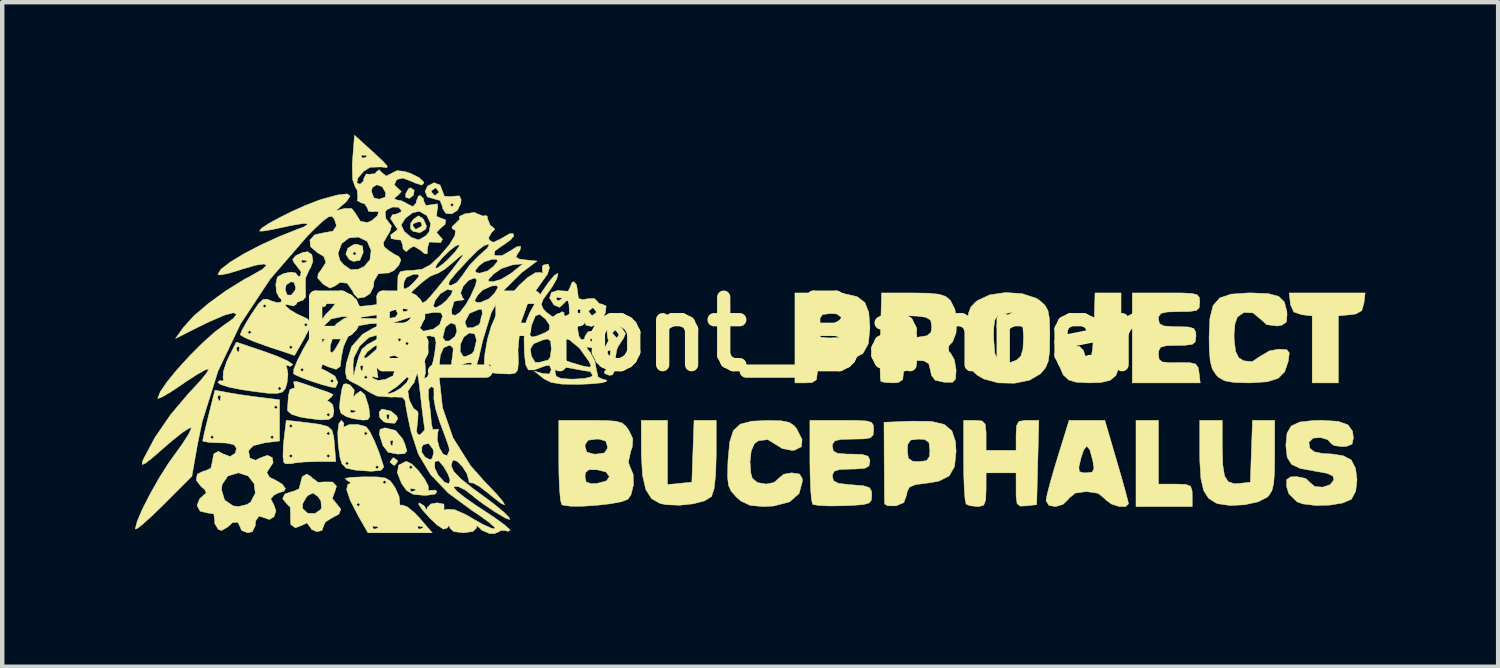
<source format=kicad_pcb>
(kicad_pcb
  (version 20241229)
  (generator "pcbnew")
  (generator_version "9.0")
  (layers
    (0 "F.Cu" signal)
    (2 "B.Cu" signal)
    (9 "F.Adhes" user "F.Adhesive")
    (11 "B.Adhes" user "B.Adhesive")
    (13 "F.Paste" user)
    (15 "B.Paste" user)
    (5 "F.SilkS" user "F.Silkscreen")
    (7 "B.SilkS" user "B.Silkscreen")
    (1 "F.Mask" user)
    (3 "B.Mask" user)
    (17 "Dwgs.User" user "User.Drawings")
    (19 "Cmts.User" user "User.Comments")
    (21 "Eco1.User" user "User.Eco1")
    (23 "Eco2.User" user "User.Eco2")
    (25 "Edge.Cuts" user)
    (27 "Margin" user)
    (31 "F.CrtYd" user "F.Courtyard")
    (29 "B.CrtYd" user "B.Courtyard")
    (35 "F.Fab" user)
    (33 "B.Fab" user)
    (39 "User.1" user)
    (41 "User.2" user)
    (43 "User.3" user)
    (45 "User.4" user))
  (footprint "PB_Front_Banner"
    (layer "F.Cu")
    (at 13.298 4.498)
    (property "Reference" "PB_Front_Banner" (at 0 0 0) (layer "F.SilkS") (effects (font (size 1.524 1.524) (thickness 0.3))))
    (attr through_hole)
    (fp_poly (pts (xy -6.991 -3.248) (xy -7.009 -3.139) (xy -7.099 -3.066) (xy -7.183 -3.091) (xy -7.184 -3.17) (xy -7.117 -3.289) (xy -7.07 -3.306) (xy -6.991 -3.248)) (stroke (width 0.01) (type solid)) (fill yes) (layer "F.SilkS"))
    (fp_poly (pts (xy -8.94 -0.806) (xy -8.932 -0.762) (xy -8.999 -0.635) (xy -9.038 -0.614) (xy -9.123 -0.653) (xy -9.144 -0.762) (xy -9.105 -0.896) (xy -9.038 -0.91) (xy -8.94 -0.806)) (stroke (width 0.01) (type solid)) (fill yes) (layer "F.SilkS"))
    (fp_poly (pts (xy -7.368 2.858) (xy -7.366 2.879) (xy -7.43 2.961) (xy -7.451 2.963) (xy -7.533 2.899) (xy -7.535 2.879) (xy -7.471 2.796) (xy -7.451 2.794) (xy -7.368 2.858)) (stroke (width 0.01) (type solid)) (fill yes) (layer "F.SilkS"))
    (fp_poly (pts (xy -2.483 0.815) (xy -2.472 0.84) (xy -2.512 0.918) (xy -2.582 0.931) (xy -2.688 0.888) (xy -2.693 0.84) (xy -2.606 0.753) (xy -2.582 0.749) (xy -2.483 0.815)) (stroke (width 0.01) (type solid)) (fill yes) (layer "F.SilkS"))
    (fp_poly (pts (xy 9.821 3.387) (xy 10.202 3.387) (xy 10.437 3.394) (xy 10.548 3.437) (xy 10.581 3.545) (xy 10.583 3.641) (xy 10.583 3.895) (xy 9.313 3.895) (xy 9.313 1.947) (xy 9.821 1.947) (xy 9.821 3.387)) (stroke (width 0.01) (type solid)) (fill yes) (layer "F.SilkS"))
    (fp_poly (pts (xy 14.462 -0.699) (xy 14.413 -0.531) (xy 14.282 -0.457) (xy 14.161 -0.439) (xy 13.885 -0.413) (xy 13.885 1.101) (xy 13.293 1.101) (xy 13.293 -0.412) (xy 13.06 -0.439) (xy 12.878 -0.5) (xy 12.806 -0.66) (xy 12.8 -0.699) (xy 12.773 -0.931) (xy 14.489 -0.931) (xy 14.462 -0.699)) (stroke (width 0.01) (type solid)) (fill yes) (layer "F.SilkS"))
    (fp_poly (pts (xy -8.16 -1.991) (xy -8.143 -1.848) (xy -8.219 -1.669) (xy -8.364 -1.642) (xy -8.458 -1.686) (xy -8.536 -1.807) (xy -8.532 -1.82) (xy -8.382 -1.82) (xy -8.34 -1.778) (xy -8.297 -1.82) (xy -8.34 -1.863) (xy -8.382 -1.82) (xy -8.532 -1.82) (xy -8.491 -1.941) (xy -8.353 -2.026) (xy -8.294 -2.032) (xy -8.16 -1.991)) (stroke (width 0.01) (type solid)) (fill yes) (layer "F.SilkS"))
    (fp_poly (pts (xy -7.513 1.74) (xy -7.383 1.852) (xy -7.366 1.914) (xy -7.429 2.013) (xy -7.605 2.003) (xy -7.684 1.976) (xy -7.769 1.885) (xy -7.772 1.863) (xy -7.62 1.863) (xy -7.589 1.932) (xy -7.564 1.919) (xy -7.553 1.819) (xy -7.564 1.806) (xy -7.614 1.818) (xy -7.62 1.863) (xy -7.772 1.863) (xy -7.785 1.763) (xy -7.723 1.694) (xy -7.712 1.693) (xy -7.513 1.74)) (stroke (width 0.01) (type solid)) (fill yes) (layer "F.SilkS"))
    (fp_poly (pts (xy -6.802 -2.616) (xy -6.78 -2.59) (xy -6.716 -2.445) (xy -6.729 -2.374) (xy -6.861 -2.292) (xy -7.018 -2.322) (xy -7.075 -2.379) (xy -7.072 -2.455) (xy -7.027 -2.455) (xy -6.967 -2.373) (xy -6.948 -2.371) (xy -6.833 -2.432) (xy -6.816 -2.455) (xy -6.835 -2.528) (xy -6.895 -2.54) (xy -7.011 -2.496) (xy -7.027 -2.455) (xy -7.072 -2.455) (xy -7.07 -2.506) (xy -7.009 -2.595) (xy -6.897 -2.674) (xy -6.802 -2.616)) (stroke (width 0.01) (type solid)) (fill yes) (layer "F.SilkS"))
    (fp_poly (pts (xy -7.413 2.176) (xy -7.255 2.363) (xy -7.204 2.478) (xy -7.156 2.64) (xy -7.21 2.701) (xy -7.37 2.709) (xy -7.579 2.669) (xy -7.696 2.519) (xy -7.707 2.492) (xy -7.718 2.455) (xy -7.535 2.455) (xy -7.504 2.525) (xy -7.479 2.512) (xy -7.469 2.411) (xy -7.479 2.399) (xy -7.529 2.411) (xy -7.535 2.455) (xy -7.718 2.455) (xy -7.778 2.264) (xy -7.763 2.15) (xy -7.654 2.118) (xy -7.641 2.118) (xy -7.413 2.176)) (stroke (width 0.01) (type solid)) (fill yes) (layer "F.SilkS"))
    (fp_poly (pts (xy -1.27 3.397) (xy -0.72 3.344) (xy -0.695 2.646) (xy -0.67 1.947) (xy -0.169 1.947) (xy -0.169 2.735) (xy -0.182 3.177) (xy -0.218 3.495) (xy -0.275 3.668) (xy -0.275 3.668) (xy -0.428 3.764) (xy -0.689 3.833) (xy -0.999 3.865) (xy -1.297 3.853) (xy -1.439 3.824) (xy -1.63 3.716) (xy -1.759 3.513) (xy -1.833 3.194) (xy -1.861 2.735) (xy -1.861 2.646) (xy -1.863 1.947) (xy -1.27 1.947) (xy -1.27 3.397)) (stroke (width 0.01) (type solid)) (fill yes) (layer "F.SilkS"))
    (fp_poly (pts (xy 8.975 -0.048) (xy 8.967 0.413) (xy 8.935 0.731) (xy 8.86 0.933) (xy 8.727 1.044) (xy 8.52 1.092) (xy 8.254 1.101) (xy 7.967 1.087) (xy 7.794 1.036) (xy 7.678 0.928) (xy 7.667 0.912) (xy 7.565 0.68) (xy 7.535 0.489) (xy 7.555 0.33) (xy 7.646 0.265) (xy 7.826 0.254) (xy 8.036 0.278) (xy 8.128 0.367) (xy 8.143 0.427) (xy 8.201 0.575) (xy 8.255 0.617) (xy 8.297 0.546) (xy 8.333 0.332) (xy 8.358 0.001) (xy 8.364 -0.148) (xy 8.388 -0.931) (xy 8.975 -0.931) (xy 8.975 -0.048)) (stroke (width 0.01) (type solid)) (fill yes) (layer "F.SilkS"))
    (fp_poly (pts (xy 11.262 2.561) (xy 11.273 2.951) (xy 11.313 3.2) (xy 11.395 3.333) (xy 11.531 3.378) (xy 11.651 3.372) (xy 11.896 3.344) (xy 11.92 2.646) (xy 11.945 1.947) (xy 12.446 1.947) (xy 12.446 2.739) (xy 12.441 3.123) (xy 12.423 3.376) (xy 12.383 3.537) (xy 12.316 3.644) (xy 12.278 3.682) (xy 12.07 3.788) (xy 11.767 3.854) (xy 11.442 3.871) (xy 11.165 3.831) (xy 11.118 3.814) (xy 10.952 3.707) (xy 10.843 3.536) (xy 10.78 3.269) (xy 10.755 2.878) (xy 10.753 2.673) (xy 10.753 1.947) (xy 11.261 1.947) (xy 11.262 2.561)) (stroke (width 0.01) (type solid)) (fill yes) (layer "F.SilkS"))
    (fp_poly (pts (xy -8.442 1.148) (xy -8.347 1.259) (xy -8.353 1.341) (xy -8.375 1.432) (xy -8.323 1.375) (xy -8.309 1.355) (xy -8.202 1.284) (xy -8.105 1.373) (xy -8.026 1.616) (xy -8.014 1.672) (xy -7.993 1.86) (xy -8.042 1.933) (xy -8.151 1.942) (xy -8.389 1.905) (xy -8.526 1.862) (xy -8.645 1.787) (xy -8.664 1.722) (xy -8.438 1.722) (xy -8.427 1.772) (xy -8.382 1.778) (xy -8.312 1.747) (xy -8.326 1.722) (xy -8.426 1.711) (xy -8.438 1.722) (xy -8.664 1.722) (xy -8.681 1.66) (xy -8.662 1.465) (xy -8.624 1.233) (xy -8.587 1.131) (xy -8.525 1.119) (xy -8.442 1.148)) (stroke (width 0.01) (type solid)) (fill yes) (layer "F.SilkS"))
    (fp_poly (pts (xy 5.836 1.961) (xy 5.908 2.033) (xy 5.926 2.213) (xy 5.927 2.286) (xy 5.927 2.625) (xy 6.604 2.625) (xy 6.604 2.286) (xy 6.614 2.069) (xy 6.668 1.972) (xy 6.804 1.948) (xy 6.861 1.947) (xy 7.118 1.947) (xy 7.094 2.9) (xy 7.07 3.852) (xy 6.837 3.879) (xy 6.695 3.884) (xy 6.627 3.829) (xy 6.605 3.67) (xy 6.604 3.519) (xy 6.604 3.133) (xy 5.927 3.133) (xy 5.927 3.514) (xy 5.917 3.749) (xy 5.874 3.861) (xy 5.772 3.894) (xy 5.729 3.895) (xy 5.551 3.873) (xy 5.475 3.838) (xy 5.452 3.735) (xy 5.434 3.5) (xy 5.422 3.171) (xy 5.419 2.865) (xy 5.419 1.947) (xy 5.673 1.947) (xy 5.836 1.961)) (stroke (width 0.01) (type solid)) (fill yes) (layer "F.SilkS"))
    (fp_poly (pts (xy -9.457 1.13) (xy -9.427 1.14) (xy -9.174 1.23) (xy -8.964 1.301) (xy -8.935 1.311) (xy -8.824 1.364) (xy -8.868 1.427) (xy -8.892 1.443) (xy -8.96 1.508) (xy -8.911 1.523) (xy -8.832 1.596) (xy -8.805 1.736) (xy -8.829 1.861) (xy -8.92 1.927) (xy -9.106 1.937) (xy -9.417 1.898) (xy -9.567 1.873) (xy -9.733 1.82) (xy -8.975 1.82) (xy -8.932 1.863) (xy -8.89 1.82) (xy -8.932 1.778) (xy -8.975 1.82) (xy -9.733 1.82) (xy -9.76 1.812) (xy -9.854 1.73) (xy -9.855 1.714) (xy -9.844 1.551) (xy -9.834 1.392) (xy -9.798 1.25) (xy -9.738 1.227) (xy -9.689 1.214) (xy -9.703 1.151) (xy -9.715 1.077) (xy -9.645 1.07) (xy -9.457 1.13)) (stroke (width 0.01) (type solid)) (fill yes) (layer "F.SilkS"))
    (fp_poly (pts (xy -7.04 2.939) (xy -6.896 3.085) (xy -6.761 3.265) (xy -6.675 3.427) (xy -6.671 3.517) (xy -6.672 3.545) (xy -6.631 3.526) (xy -6.509 3.524) (xy -6.478 3.555) (xy -6.515 3.612) (xy -6.697 3.639) (xy -6.77 3.641) (xy -7.011 3.62) (xy -7.163 3.531) (xy -7.186 3.5) (xy -7.084 3.5) (xy -7.072 3.55) (xy -7.027 3.556) (xy -6.958 3.525) (xy -6.971 3.5) (xy -7.071 3.489) (xy -7.084 3.5) (xy -7.186 3.5) (xy -7.279 3.37) (xy -7.373 3.131) (xy -7.35 3.006) (xy -7.112 3.006) (xy -7.07 3.048) (xy -7.027 3.006) (xy -7.07 2.963) (xy -7.112 3.006) (xy -7.35 3.006) (xy -7.341 2.958) (xy -7.19 2.88) (xy -7.154 2.879) (xy -7.04 2.939)) (stroke (width 0.01) (type solid)) (fill yes) (layer "F.SilkS"))
    (fp_poly (pts (xy -6.407 -3.368) (xy -6.35 -3.22) (xy -6.31 -3.116) (xy -6.165 -3.107) (xy -6.131 -3.113) (xy -5.974 -3.124) (xy -5.932 -3.041) (xy -5.94 -2.953) (xy -6.015 -2.797) (xy -6.145 -2.717) (xy -6.275 -2.727) (xy -6.347 -2.836) (xy -6.35 -2.873) (xy -6.369 -2.921) (xy -6.181 -2.921) (xy -6.138 -2.879) (xy -6.096 -2.921) (xy -6.138 -2.963) (xy -6.181 -2.921) (xy -6.369 -2.921) (xy -6.408 -3.019) (xy -6.514 -3.048) (xy -6.694 -3.099) (xy -6.742 -3.217) (xy -6.604 -3.217) (xy -6.54 -3.135) (xy -6.519 -3.133) (xy -6.437 -3.197) (xy -6.435 -3.217) (xy -6.499 -3.3) (xy -6.519 -3.302) (xy -6.602 -3.238) (xy -6.604 -3.217) (xy -6.742 -3.217) (xy -6.746 -3.226) (xy -6.69 -3.343) (xy -6.544 -3.421) (xy -6.407 -3.368)) (stroke (width 0.01) (type solid)) (fill yes) (layer "F.SilkS"))
    (fp_poly (pts (xy -2.376 -0.193) (xy -2.299 -0.134) (xy -2.218 -0.015) (xy -2.27 0.106) (xy -2.292 0.134) (xy -2.393 0.291) (xy -2.42 0.371) (xy -2.45 0.563) (xy -2.504 0.638) (xy -2.579 0.649) (xy -2.713 0.581) (xy -2.753 0.517) (xy -2.743 0.423) (xy -2.625 0.423) (xy -2.594 0.493) (xy -2.568 0.48) (xy -2.558 0.379) (xy -2.568 0.367) (xy -2.619 0.379) (xy -2.625 0.423) (xy -2.743 0.423) (xy -2.737 0.361) (xy -2.683 0.298) (xy -2.606 0.153) (xy -2.631 0.027) (xy -2.632 -0.033) (xy -2.511 -0.033) (xy -2.498 0) (xy -2.422 0.081) (xy -2.408 0.085) (xy -2.372 0.019) (xy -2.371 0) (xy -2.436 -0.081) (xy -2.46 -0.085) (xy -2.511 -0.033) (xy -2.632 -0.033) (xy -2.635 -0.139) (xy -2.532 -0.221) (xy -2.376 -0.193)) (stroke (width 0.01) (type solid)) (fill yes) (layer "F.SilkS"))
    (fp_poly (pts (xy 2.719 -0.914) (xy 3.011 -0.848) (xy 3.189 -0.714) (xy 3.277 -0.49) (xy 3.302 -0.156) (xy 3.302 -0.132) (xy 3.267 0.216) (xy 3.144 0.438) (xy 2.912 0.556) (xy 2.545 0.593) (xy 2.521 0.593) (xy 2.278 0.599) (xy 2.159 0.636) (xy 2.12 0.733) (xy 2.117 0.847) (xy 2.096 1.027) (xy 1.997 1.093) (xy 1.863 1.101) (xy 1.609 1.101) (xy 1.609 -0.009) (xy 2.127 -0.009) (xy 2.189 0.068) (xy 2.366 0.085) (xy 2.413 0.085) (xy 2.615 0.074) (xy 2.694 0.011) (xy 2.697 -0.148) (xy 2.694 -0.191) (xy 2.655 -0.381) (xy 2.557 -0.455) (xy 2.413 -0.466) (xy 2.235 -0.444) (xy 2.157 -0.345) (xy 2.132 -0.191) (xy 2.127 -0.009) (xy 1.609 -0.009) (xy 1.609 -0.931) (xy 2.286 -0.931) (xy 2.719 -0.914)) (stroke (width 0.01) (type solid)) (fill yes) (layer "F.SilkS"))
    (fp_poly (pts (xy 4.692 1.971) (xy 4.982 2.039) (xy 5.155 2.186) (xy 5.236 2.427) (xy 5.249 2.651) (xy 5.214 2.991) (xy 5.091 3.205) (xy 4.853 3.323) (xy 4.591 3.366) (xy 4.333 3.399) (xy 4.2 3.453) (xy 4.145 3.552) (xy 4.132 3.63) (xy 4.069 3.805) (xy 3.902 3.875) (xy 3.873 3.879) (xy 3.703 3.877) (xy 3.635 3.837) (xy 3.632 3.728) (xy 3.629 3.489) (xy 3.627 3.157) (xy 3.625 2.879) (xy 3.624 2.625) (xy 4.149 2.625) (xy 4.17 2.805) (xy 4.269 2.871) (xy 4.403 2.879) (xy 4.583 2.858) (xy 4.649 2.759) (xy 4.657 2.625) (xy 4.636 2.445) (xy 4.537 2.378) (xy 4.403 2.371) (xy 4.223 2.392) (xy 4.156 2.491) (xy 4.149 2.625) (xy 3.624 2.625) (xy 3.621 1.99) (xy 4.262 1.965) (xy 4.692 1.971)) (stroke (width 0.01) (type solid)) (fill yes) (layer "F.SilkS"))
    (fp_poly (pts (xy 8.876 2.858) (xy 8.984 3.228) (xy 9.07 3.538) (xy 9.127 3.752) (xy 9.144 3.832) (xy 9.08 3.895) (xy 8.93 3.893) (xy 8.758 3.837) (xy 8.628 3.741) (xy 8.616 3.725) (xy 8.461 3.596) (xy 8.195 3.556) (xy 7.942 3.59) (xy 7.8 3.706) (xy 7.789 3.725) (xy 7.664 3.846) (xy 7.496 3.895) (xy 7.347 3.869) (xy 7.281 3.763) (xy 7.281 3.76) (xy 7.305 3.625) (xy 7.371 3.371) (xy 7.466 3.037) (xy 7.475 3.008) (xy 8.022 3.008) (xy 8.034 3.105) (xy 8.125 3.132) (xy 8.189 3.133) (xy 8.326 3.116) (xy 8.364 3.031) (xy 8.337 2.857) (xy 8.269 2.609) (xy 8.201 2.529) (xy 8.131 2.616) (xy 8.072 2.794) (xy 8.022 3.008) (xy 7.475 3.008) (xy 7.542 2.786) (xy 7.802 1.947) (xy 8.609 1.947) (xy 8.876 2.858)) (stroke (width 0.01) (type solid)) (fill yes) (layer "F.SilkS"))
    (fp_poly (pts (xy 10.351 -0.93) (xy 10.575 -0.919) (xy 10.695 -0.889) (xy 10.743 -0.832) (xy 10.753 -0.738) (xy 10.753 -0.72) (xy 10.741 -0.598) (xy 10.677 -0.535) (xy 10.52 -0.511) (xy 10.287 -0.508) (xy 10.018 -0.501) (xy 9.878 -0.469) (xy 9.826 -0.398) (xy 9.821 -0.339) (xy 9.844 -0.237) (xy 9.938 -0.186) (xy 10.147 -0.17) (xy 10.245 -0.169) (xy 10.496 -0.162) (xy 10.621 -0.127) (xy 10.664 -0.043) (xy 10.668 0.042) (xy 10.654 0.168) (xy 10.584 0.231) (xy 10.415 0.252) (xy 10.245 0.254) (xy 9.993 0.261) (xy 9.867 0.297) (xy 9.825 0.381) (xy 9.821 0.453) (xy 9.835 0.569) (xy 9.906 0.627) (xy 10.075 0.645) (xy 10.266 0.643) (xy 10.526 0.644) (xy 10.661 0.675) (xy 10.718 0.756) (xy 10.737 0.868) (xy 10.764 1.101) (xy 9.229 1.101) (xy 9.229 -0.931) (xy 9.991 -0.931) (xy 10.351 -0.93)) (stroke (width 0.01) (type solid)) (fill yes) (layer "F.SilkS"))
    (fp_poly (pts (xy 1.294 1.957) (xy 1.479 1.993) (xy 1.595 2.071) (xy 1.646 2.136) (xy 1.77 2.378) (xy 1.754 2.544) (xy 1.601 2.621) (xy 1.534 2.625) (xy 1.32 2.583) (xy 1.185 2.498) (xy 0.996 2.382) (xy 0.783 2.408) (xy 0.694 2.472) (xy 0.622 2.634) (xy 0.594 2.882) (xy 0.613 3.14) (xy 0.644 3.253) (xy 0.759 3.352) (xy 0.95 3.386) (xy 1.137 3.352) (xy 1.239 3.26) (xy 1.354 3.165) (xy 1.533 3.133) (xy 1.712 3.159) (xy 1.774 3.262) (xy 1.777 3.323) (xy 1.703 3.601) (xy 1.488 3.788) (xy 1.131 3.882) (xy 0.891 3.895) (xy 0.597 3.868) (xy 0.387 3.769) (xy 0.283 3.678) (xy 0.172 3.552) (xy 0.11 3.421) (xy 0.087 3.236) (xy 0.093 2.947) (xy 0.098 2.834) (xy 0.135 2.437) (xy 0.217 2.18) (xy 0.374 2.033) (xy 0.636 1.966) (xy 0.99 1.95) (xy 1.294 1.957)) (stroke (width 0.01) (type solid)) (fill yes) (layer "F.SilkS"))
    (fp_poly (pts (xy -10.373 0.394) (xy -10.075 0.504) (xy -9.852 0.604) (xy -9.742 0.678) (xy -9.737 0.69) (xy -9.791 0.73) (xy -9.834 0.712) (xy -9.892 0.701) (xy -9.87 0.751) (xy -9.843 0.9) (xy -9.864 1.103) (xy -9.902 1.229) (xy -9.967 1.307) (xy -10.091 1.34) (xy -10.303 1.334) (xy -10.634 1.292) (xy -10.901 1.252) (xy -11.023 1.228) (xy -10.075 1.228) (xy -10.033 1.27) (xy -9.991 1.228) (xy -10.033 1.185) (xy -10.075 1.228) (xy -11.023 1.228) (xy -11.174 1.198) (xy -11.365 1.137) (xy -11.43 1.088) (xy -11.378 1.044) (xy -11.346 1.058) (xy -11.297 1.044) (xy -11.31 0.986) (xy -11.302 0.841) (xy -11.228 0.619) (xy -11.183 0.522) (xy -11.09 0.339) (xy -11.007 0.339) (xy -10.976 0.408) (xy -10.95 0.395) (xy -10.94 0.295) (xy -10.95 0.282) (xy -11.001 0.294) (xy -11.007 0.339) (xy -11.09 0.339) (xy -11.009 0.18) (xy -10.373 0.394)) (stroke (width 0.01) (type solid)) (fill yes) (layer "F.SilkS"))
    (fp_poly (pts (xy -9.45 1.995) (xy -9.131 2.036) (xy -8.943 2.086) (xy -8.848 2.173) (xy -8.808 2.325) (xy -8.793 2.492) (xy -8.762 2.879) (xy -9.2 2.879) (xy -9.477 2.888) (xy -9.694 2.91) (xy -9.764 2.927) (xy -9.899 2.928) (xy -9.937 2.897) (xy -9.955 2.774) (xy -9.955 2.752) (xy -9.821 2.752) (xy -9.779 2.794) (xy -9.737 2.752) (xy -8.975 2.752) (xy -8.932 2.794) (xy -8.89 2.752) (xy -8.932 2.709) (xy -8.975 2.752) (xy -9.737 2.752) (xy -9.779 2.709) (xy -9.821 2.752) (xy -9.955 2.752) (xy -9.949 2.544) (xy -9.934 2.382) (xy -9.918 2.244) (xy -8.975 2.244) (xy -8.932 2.286) (xy -8.89 2.244) (xy -8.932 2.201) (xy -8.975 2.244) (xy -9.918 2.244) (xy -9.897 2.074) (xy -9.821 2.074) (xy -9.779 2.117) (xy -9.737 2.074) (xy -9.779 2.032) (xy -9.821 2.074) (xy -9.897 2.074) (xy -9.882 1.945) (xy -9.45 1.995)) (stroke (width 0.01) (type solid)) (fill yes) (layer "F.SilkS"))
    (fp_poly (pts (xy -8.579 2.011) (xy -8.582 2.053) (xy -8.586 2.113) (xy -8.573 2.095) (xy -8.463 2.044) (xy -8.277 2.039) (xy -8.101 2.082) (xy -8.071 2.098) (xy -7.992 2.206) (xy -7.888 2.419) (xy -7.782 2.681) (xy -7.699 2.935) (xy -7.681 3.004) (xy -7.739 3.076) (xy -7.959 3.098) (xy -8.309 3.073) (xy -8.522 3.029) (xy -8.545 3.006) (xy -7.874 3.006) (xy -7.832 3.048) (xy -7.789 3.006) (xy -7.832 2.963) (xy -7.874 3.006) (xy -8.545 3.006) (xy -8.626 2.926) (xy -8.627 2.921) (xy -8.551 2.921) (xy -8.509 2.963) (xy -8.467 2.921) (xy -8.509 2.879) (xy -8.551 2.921) (xy -8.627 2.921) (xy -8.669 2.779) (xy -8.71 2.482) (xy -8.717 2.244) (xy -8.128 2.244) (xy -8.086 2.286) (xy -8.043 2.244) (xy -8.086 2.201) (xy -8.128 2.244) (xy -8.717 2.244) (xy -8.718 2.213) (xy -8.693 2.02) (xy -8.639 1.947) (xy -8.579 2.011)) (stroke (width 0.01) (type solid)) (fill yes) (layer "F.SilkS"))
    (fp_poly (pts (xy -3.936 -1.501) (xy -3.981 -1.356) (xy -4.093 -1.2) (xy -4.406 -0.755) (xy -4.595 -0.223) (xy -4.647 0.357) (xy -4.646 0.364) (xy -4.638 0.652) (xy -4.654 0.81) (xy -4.708 0.879) (xy -4.812 0.899) (xy -4.831 0.9) (xy -5.089 0.892) (xy -5.239 0.872) (xy -5.36 0.833) (xy -5.41 0.747) (xy -5.41 0.72) (xy -5.334 0.72) (xy -5.292 0.762) (xy -5.249 0.72) (xy -5.292 0.677) (xy -5.334 0.72) (xy -5.41 0.72) (xy -5.407 0.566) (xy -5.393 0.437) (xy -5.335 0.109) (xy -5.25 -0.181) (xy -5.154 -0.401) (xy -5.06 -0.518) (xy -4.983 -0.501) (xy -4.929 -0.443) (xy -4.942 -0.533) (xy -4.948 -0.554) (xy -4.919 -0.701) (xy -4.798 -0.897) (xy -4.622 -1.103) (xy -4.428 -1.279) (xy -4.254 -1.388) (xy -4.143 -1.394) (xy -4.077 -1.376) (xy -4.095 -1.42) (xy -4.097 -1.536) (xy -4.071 -1.562) (xy -3.966 -1.584) (xy -3.936 -1.501)) (stroke (width 0.01) (type solid)) (fill yes) (layer "F.SilkS"))
    (fp_poly (pts (xy 12.305 -0.915) (xy 12.537 -0.853) (xy 12.665 -0.726) (xy 12.72 -0.516) (xy 12.725 -0.452) (xy 12.712 -0.275) (xy 12.605 -0.201) (xy 12.501 -0.184) (xy 12.264 -0.215) (xy 12.136 -0.332) (xy 11.954 -0.481) (xy 11.75 -0.489) (xy 11.605 -0.388) (xy 11.549 -0.233) (xy 11.528 0.016) (xy 11.531 0.132) (xy 11.564 0.392) (xy 11.633 0.533) (xy 11.749 0.603) (xy 11.941 0.62) (xy 12.109 0.506) (xy 12.327 0.378) (xy 12.541 0.339) (xy 12.719 0.351) (xy 12.776 0.423) (xy 12.753 0.607) (xy 12.752 0.614) (xy 12.672 0.849) (xy 12.525 0.998) (xy 12.279 1.076) (xy 11.901 1.1) (xy 11.85 1.101) (xy 11.524 1.091) (xy 11.318 1.054) (xy 11.18 0.976) (xy 11.126 0.922) (xy 11.04 0.794) (xy 10.99 0.612) (xy 10.968 0.335) (xy 10.964 0.069) (xy 10.982 -0.358) (xy 11.054 -0.645) (xy 11.205 -0.818) (xy 11.462 -0.904) (xy 11.851 -0.931) (xy 11.937 -0.931) (xy 12.305 -0.915)) (stroke (width 0.01) (type solid)) (fill yes) (layer "F.SilkS"))
    (fp_poly (pts (xy -9.309 3.229) (xy -9.298 3.248) (xy -9.16 3.348) (xy -9.022 3.338) (xy -8.835 3.34) (xy -8.747 3.434) (xy -8.791 3.58) (xy -8.799 3.591) (xy -8.84 3.714) (xy -8.764 3.809) (xy -8.648 3.953) (xy -8.694 4.068) (xy -8.848 4.149) (xy -8.998 4.242) (xy -9.039 4.332) (xy -9.074 4.435) (xy -9.19 4.463) (xy -9.309 4.411) (xy -9.346 4.355) (xy -9.415 4.263) (xy -9.522 4.316) (xy -9.677 4.376) (xy -9.779 4.3) (xy -9.789 4.117) (xy -9.785 4.102) (xy -9.794 3.906) (xy -9.864 3.836) (xy -9.513 3.836) (xy -9.512 3.939) (xy -9.399 4.045) (xy -9.234 4.051) (xy -9.102 3.961) (xy -9.087 3.93) (xy -9.099 3.768) (xy -9.163 3.67) (xy -9.276 3.589) (xy -9.381 3.638) (xy -9.425 3.679) (xy -9.513 3.836) (xy -9.864 3.836) (xy -9.875 3.826) (xy -9.963 3.718) (xy -9.915 3.612) (xy -9.757 3.557) (xy -9.732 3.556) (xy -9.593 3.493) (xy -9.567 3.392) (xy -9.522 3.222) (xy -9.42 3.159) (xy -9.309 3.229)) (stroke (width 0.01) (type solid)) (fill yes) (layer "F.SilkS"))
    (fp_poly (pts (xy 6.74 -0.915) (xy 7.056 -0.812) (xy 7.143 -0.756) (xy 7.258 -0.651) (xy 7.325 -0.531) (xy 7.357 -0.349) (xy 7.366 -0.058) (xy 7.366 0.052) (xy 7.36 0.391) (xy 7.332 0.61) (xy 7.271 0.758) (xy 7.164 0.887) (xy 7.158 0.893) (xy 6.908 1.04) (xy 6.569 1.109) (xy 6.203 1.101) (xy 5.874 1.012) (xy 5.726 0.925) (xy 5.614 0.823) (xy 5.547 0.708) (xy 5.514 0.533) (xy 5.504 0.254) (xy 5.503 0.087) (xy 6.096 0.087) (xy 6.124 0.432) (xy 6.212 0.626) (xy 6.371 0.675) (xy 6.608 0.591) (xy 6.61 0.59) (xy 6.71 0.499) (xy 6.76 0.334) (xy 6.773 0.049) (xy 6.773 0.048) (xy 6.749 -0.266) (xy 6.665 -0.438) (xy 6.498 -0.488) (xy 6.301 -0.456) (xy 6.185 -0.412) (xy 6.124 -0.322) (xy 6.1 -0.144) (xy 6.096 0.087) (xy 5.503 0.087) (xy 5.503 0.085) (xy 5.508 -0.255) (xy 5.529 -0.47) (xy 5.579 -0.607) (xy 5.67 -0.709) (xy 5.726 -0.756) (xy 6.006 -0.887) (xy 6.367 -0.94) (xy 6.74 -0.915)) (stroke (width 0.01) (type solid)) (fill yes) (layer "F.SilkS"))
    (fp_poly (pts (xy 3.015 1.949) (xy 3.228 1.962) (xy 3.339 1.994) (xy 3.38 2.057) (xy 3.387 2.159) (xy 3.375 2.28) (xy 3.311 2.343) (xy 3.154 2.367) (xy 2.921 2.371) (xy 2.652 2.378) (xy 2.512 2.41) (xy 2.46 2.481) (xy 2.455 2.54) (xy 2.478 2.642) (xy 2.572 2.692) (xy 2.781 2.709) (xy 2.879 2.709) (xy 3.133 2.718) (xy 3.259 2.756) (xy 3.3 2.84) (xy 3.302 2.879) (xy 3.28 2.98) (xy 3.185 3.031) (xy 2.977 3.047) (xy 2.879 3.048) (xy 2.624 3.057) (xy 2.497 3.096) (xy 2.457 3.179) (xy 2.455 3.213) (xy 2.481 3.312) (xy 2.585 3.368) (xy 2.806 3.397) (xy 2.9 3.403) (xy 3.159 3.425) (xy 3.292 3.467) (xy 3.339 3.551) (xy 3.344 3.641) (xy 3.336 3.748) (xy 3.285 3.813) (xy 3.159 3.849) (xy 2.919 3.868) (xy 2.706 3.877) (xy 2.391 3.881) (xy 2.145 3.87) (xy 2.014 3.846) (xy 2.007 3.841) (xy 1.983 3.737) (xy 1.963 3.501) (xy 1.951 3.17) (xy 1.947 2.865) (xy 1.947 1.947) (xy 2.667 1.947) (xy 3.015 1.949)) (stroke (width 0.01) (type solid)) (fill yes) (layer "F.SilkS"))
    (fp_poly (pts (xy -2.655 1.951) (xy -2.431 1.968) (xy -2.295 2.008) (xy -2.206 2.084) (xy -2.146 2.168) (xy -2.053 2.359) (xy -2.065 2.546) (xy -2.101 2.651) (xy -2.154 2.892) (xy -2.116 2.998) (xy -2.045 3.167) (xy -2.039 3.405) (xy -2.094 3.628) (xy -2.164 3.729) (xy -2.304 3.784) (xy -2.553 3.831) (xy -2.86 3.866) (xy -3.176 3.887) (xy -3.448 3.888) (xy -3.626 3.865) (xy -3.662 3.847) (xy -3.688 3.74) (xy -3.709 3.502) (xy -3.72 3.217) (xy -3.133 3.217) (xy -3.106 3.34) (xy -2.994 3.378) (xy -2.857 3.371) (xy -2.647 3.314) (xy -2.582 3.217) (xy -2.661 3.113) (xy -2.857 3.064) (xy -3.048 3.063) (xy -3.123 3.129) (xy -3.133 3.217) (xy -3.72 3.217) (xy -3.722 3.17) (xy -3.725 2.865) (xy -3.725 2.54) (xy -3.133 2.54) (xy -3.093 2.664) (xy -2.944 2.708) (xy -2.879 2.709) (xy -2.693 2.683) (xy -2.627 2.584) (xy -2.625 2.54) (xy -2.665 2.416) (xy -2.813 2.372) (xy -2.879 2.371) (xy -3.065 2.397) (xy -3.13 2.496) (xy -3.133 2.54) (xy -3.725 2.54) (xy -3.725 1.947) (xy -3.008 1.947) (xy -2.655 1.951)) (stroke (width 0.01) (type solid)) (fill yes) (layer "F.SilkS"))
    (fp_poly (pts (xy -7.824 3.225) (xy -7.642 3.25) (xy -7.531 3.316) (xy -7.441 3.44) (xy -7.422 3.472) (xy -7.334 3.664) (xy -7.319 3.799) (xy -7.323 3.809) (xy -7.311 3.865) (xy -7.265 3.859) (xy -7.151 3.898) (xy -6.981 4.037) (xy -6.869 4.156) (xy -6.584 4.487) (xy -8.036 4.487) (xy -8.117 4.346) (xy -7.93 4.346) (xy -7.919 4.397) (xy -7.874 4.403) (xy -7.804 4.372) (xy -7.818 4.346) (xy -6.914 4.346) (xy -6.903 4.397) (xy -6.858 4.403) (xy -6.788 4.372) (xy -6.802 4.346) (xy -6.902 4.336) (xy -6.914 4.346) (xy -7.818 4.346) (xy -7.918 4.336) (xy -7.93 4.346) (xy -8.117 4.346) (xy -8.243 4.128) (xy -8.386 3.852) (xy -8.297 3.852) (xy -8.255 3.895) (xy -8.213 3.852) (xy -8.255 3.81) (xy -8.297 3.852) (xy -8.386 3.852) (xy -8.435 3.758) (xy -8.518 3.513) (xy -8.491 3.393) (xy -8.451 3.381) (xy -8.426 3.351) (xy -8.437 3.344) (xy -7.705 3.344) (xy -7.662 3.387) (xy -7.62 3.344) (xy -7.662 3.302) (xy -7.705 3.344) (xy -8.437 3.344) (xy -8.509 3.302) (xy -8.55 3.261) (xy -8.438 3.236) (xy -8.166 3.224) (xy -8.125 3.223) (xy -7.824 3.225)) (stroke (width 0.01) (type solid)) (fill yes) (layer "F.SilkS"))
    (fp_poly (pts (xy 4.631 -0.925) (xy 4.866 -0.901) (xy 5.015 -0.851) (xy 5.118 -0.766) (xy 5.119 -0.765) (xy 5.222 -0.563) (xy 5.265 -0.294) (xy 5.247 -0.024) (xy 5.168 0.178) (xy 5.126 0.219) (xy 5.038 0.311) (xy 5.094 0.4) (xy 5.121 0.423) (xy 5.209 0.576) (xy 5.249 0.803) (xy 5.249 0.82) (xy 5.237 1.015) (xy 5.167 1.088) (xy 4.991 1.086) (xy 4.974 1.085) (xy 4.777 1.041) (xy 4.691 0.928) (xy 4.672 0.826) (xy 4.631 0.666) (xy 4.521 0.603) (xy 4.355 0.593) (xy 4.158 0.608) (xy 4.078 0.682) (xy 4.064 0.847) (xy 4.043 1.027) (xy 3.945 1.093) (xy 3.824 1.101) (xy 3.638 1.09) (xy 3.549 1.066) (xy 3.537 0.972) (xy 3.532 0.744) (xy 3.533 0.417) (xy 3.54 0.05) (xy 3.546 -0.169) (xy 4.064 -0.169) (xy 4.076 0.002) (xy 4.145 0.071) (xy 4.321 0.073) (xy 4.381 0.069) (xy 4.592 0.036) (xy 4.682 -0.04) (xy 4.699 -0.169) (xy 4.676 -0.312) (xy 4.573 -0.38) (xy 4.381 -0.407) (xy 4.174 -0.414) (xy 4.085 -0.364) (xy 4.064 -0.219) (xy 4.064 -0.169) (xy 3.546 -0.169) (xy 3.566 -0.931) (xy 4.268 -0.931) (xy 4.631 -0.925)) (stroke (width 0.01) (type solid)) (fill yes) (layer "F.SilkS"))
    (fp_poly (pts (xy 13.882 1.97) (xy 14.101 2.048) (xy 14.206 2.196) (xy 14.224 2.345) (xy 14.193 2.485) (xy 14.066 2.536) (xy 13.97 2.54) (xy 13.792 2.518) (xy 13.716 2.466) (xy 13.716 2.465) (xy 13.645 2.384) (xy 13.485 2.337) (xy 13.316 2.348) (xy 13.314 2.349) (xy 13.217 2.446) (xy 13.24 2.578) (xy 13.342 2.658) (xy 13.518 2.694) (xy 13.756 2.709) (xy 13.759 2.709) (xy 13.996 2.748) (xy 14.174 2.84) (xy 14.176 2.842) (xy 14.273 3.032) (xy 14.306 3.292) (xy 14.276 3.548) (xy 14.182 3.725) (xy 14.177 3.73) (xy 13.982 3.814) (xy 13.69 3.862) (xy 13.367 3.87) (xy 13.082 3.835) (xy 12.954 3.79) (xy 12.766 3.606) (xy 12.716 3.448) (xy 12.717 3.285) (xy 12.808 3.224) (xy 12.939 3.217) (xy 13.149 3.261) (xy 13.241 3.35) (xy 13.352 3.442) (xy 13.531 3.456) (xy 13.701 3.399) (xy 13.783 3.292) (xy 13.76 3.204) (xy 13.629 3.144) (xy 13.362 3.096) (xy 13.026 3.035) (xy 12.826 2.941) (xy 12.728 2.784) (xy 12.7 2.534) (xy 12.7 2.49) (xy 12.725 2.237) (xy 12.819 2.075) (xy 13.01 1.986) (xy 13.327 1.95) (xy 13.524 1.947) (xy 13.882 1.97)) (stroke (width 0.01) (type solid)) (fill yes) (layer "F.SilkS"))
    (fp_poly (pts (xy -9.304 -1.797) (xy -9.279 -1.649) (xy -9.334 -1.495) (xy -9.356 -1.469) (xy -9.447 -1.265) (xy -9.447 -1.052) (xy -9.442 -0.844) (xy -9.505 -0.765) (xy -9.531 -0.762) (xy -9.64 -0.716) (xy -9.652 -0.68) (xy -9.715 -0.636) (xy -9.793 -0.652) (xy -9.898 -0.675) (xy -9.891 -0.632) (xy -9.799 -0.551) (xy -9.649 -0.461) (xy -9.569 -0.424) (xy -9.399 -0.343) (xy -9.331 -0.256) (xy -9.362 -0.118) (xy -9.486 0.115) (xy -9.504 0.147) (xy -9.694 0.481) (xy -10.246 0.296) (xy -9.821 0.296) (xy -9.779 0.339) (xy -9.737 0.296) (xy -9.779 0.254) (xy -9.821 0.296) (xy -10.246 0.296) (xy -10.308 0.276) (xy -10.6 0.171) (xy -10.817 0.079) (xy -10.919 0.017) (xy -10.922 0.01) (xy -10.9 -0.042) (xy -10.753 -0.042) (xy -10.71 0) (xy -10.668 -0.042) (xy -10.71 -0.085) (xy -10.753 -0.042) (xy -10.9 -0.042) (xy -10.88 -0.09) (xy -10.812 -0.212) (xy -9.483 -0.212) (xy -9.44 -0.169) (xy -9.398 -0.212) (xy -9.44 -0.254) (xy -9.483 -0.212) (xy -10.812 -0.212) (xy -10.772 -0.283) (xy -10.668 -0.452) (xy -10.545 -0.635) (xy -10.414 -0.635) (xy -10.372 -0.593) (xy -10.329 -0.635) (xy -10.372 -0.677) (xy -10.414 -0.635) (xy -10.545 -0.635) (xy -10.516 -0.678) (xy -10.409 -0.782) (xy -10.312 -0.791) (xy -10.237 -0.758) (xy -10.09 -0.711) (xy -9.993 -0.728) (xy -9.997 -0.791) (xy -10.044 -0.83) (xy -10.102 -0.947) (xy -10.107 -1.009) (xy -9.906 -1.009) (xy -9.861 -0.885) (xy -9.767 -0.882) (xy -9.682 -0.991) (xy -9.667 -1.044) (xy -9.703 -1.165) (xy -9.773 -1.185) (xy -9.883 -1.114) (xy -9.906 -1.009) (xy -10.107 -1.009) (xy -10.118 -1.13) (xy -10.085 -1.281) (xy -10.068 -1.302) (xy -9.935 -1.371) (xy -9.775 -1.401) (xy -9.665 -1.381) (xy -9.652 -1.355) (xy -9.6 -1.3) (xy -9.567 -1.313) (xy -9.545 -1.405) (xy -9.609 -1.493) (xy -9.713 -1.626) (xy -9.727 -1.665) (xy -9.539 -1.665) (xy -9.527 -1.615) (xy -9.483 -1.609) (xy -9.413 -1.64) (xy -9.426 -1.665) (xy -9.527 -1.675) (xy -9.539 -1.665) (xy -9.727 -1.665) (xy -9.737 -1.69) (xy -9.667 -1.774) (xy -9.513 -1.844) (xy -9.4 -1.863) (xy -9.304 -1.797)) (stroke (width 0.01) (type solid)) (fill yes) (layer "F.SilkS"))
    (fp_poly (pts (xy -11.21 1.319) (xy -10.955 1.362) (xy -10.631 1.408) (xy -10.48 1.427) (xy -10.033 1.482) (xy -10.033 2.413) (xy -10.372 2.455) (xy -10.63 2.521) (xy -10.733 2.634) (xy -10.734 2.639) (xy -10.703 2.8) (xy -10.579 2.849) (xy -10.449 2.788) (xy -10.306 2.736) (xy -10.198 2.789) (xy -10.178 2.903) (xy -10.228 2.98) (xy -10.321 3.123) (xy -10.26 3.232) (xy -10.118 3.302) (xy -9.971 3.39) (xy -9.901 3.489) (xy -9.935 3.552) (xy -9.97 3.557) (xy -10.089 3.599) (xy -10.155 3.636) (xy -10.232 3.72) (xy -10.173 3.836) (xy -10.165 3.846) (xy -10.114 3.993) (xy -10.159 4.125) (xy -10.265 4.188) (xy -10.37 4.15) (xy -10.497 4.109) (xy -10.572 4.217) (xy -10.583 4.332) (xy -10.65 4.463) (xy -10.753 4.487) (xy -10.891 4.434) (xy -10.922 4.36) (xy -10.974 4.249) (xy -11.093 4.256) (xy -11.209 4.359) (xy -11.342 4.436) (xy -11.415 4.413) (xy -11.497 4.28) (xy -11.5 4.182) (xy -11.519 4.06) (xy -11.655 4.04) (xy -11.828 3.999) (xy -11.897 3.871) (xy -11.837 3.718) (xy -11.791 3.677) (xy -11.69 3.585) (xy -11.722 3.514) (xy -11.345 3.514) (xy -11.274 3.749) (xy -11.083 3.879) (xy -10.964 3.895) (xy -10.77 3.849) (xy -10.685 3.793) (xy -10.581 3.591) (xy -10.608 3.376) (xy -10.742 3.204) (xy -10.96 3.133) (xy -10.964 3.133) (xy -11.2 3.204) (xy -11.33 3.395) (xy -11.345 3.514) (xy -11.722 3.514) (xy -11.725 3.508) (xy -11.801 3.448) (xy -11.914 3.299) (xy -11.892 3.162) (xy -11.747 3.092) (xy -11.719 3.091) (xy -11.585 3.029) (xy -11.557 2.907) (xy -11.52 2.705) (xy -11.418 2.647) (xy -11.309 2.705) (xy -11.148 2.764) (xy -11.031 2.686) (xy -11.007 2.577) (xy -11.063 2.496) (xy -11.247 2.459) (xy -11.388 2.455) (xy -11.615 2.446) (xy -11.751 2.423) (xy -11.769 2.409) (xy -11.753 2.328) (xy -11.599 2.328) (xy -11.557 2.371) (xy -11.515 2.328) (xy -10.245 2.328) (xy -10.202 2.371) (xy -10.16 2.328) (xy -10.202 2.286) (xy -10.245 2.328) (xy -11.515 2.328) (xy -11.557 2.286) (xy -11.599 2.328) (xy -11.753 2.328) (xy -11.749 2.31) (xy -11.699 2.093) (xy -11.631 1.815) (xy -11.59 1.651) (xy -10.16 1.651) (xy -10.118 1.693) (xy -10.075 1.651) (xy -10.118 1.609) (xy -10.16 1.651) (xy -11.59 1.651) (xy -11.537 1.439) (xy -11.43 1.439) (xy -11.399 1.509) (xy -11.374 1.496) (xy -11.363 1.395) (xy -11.374 1.383) (xy -11.424 1.395) (xy -11.43 1.439) (xy -11.537 1.439) (xy -11.493 1.266) (xy -11.21 1.319)) (stroke (width 0.01) (type solid)) (fill yes) (layer "F.SilkS"))
    (fp_poly (pts (xy -3.743 -1.364) (xy -3.772 -1.248) (xy -3.88 -1.06) (xy -3.942 -0.974) (xy -4.08 -0.784) (xy -4.121 -0.669) (xy -4.076 -0.571) (xy -4.018 -0.504) (xy -3.87 -0.394) (xy -3.778 -0.421) (xy -3.651 -0.507) (xy -3.599 -0.479) (xy -3.663 -0.361) (xy -3.67 -0.353) (xy -3.789 -0.198) (xy -3.777 -0.113) (xy -3.642 -0.061) (xy -3.543 -0.052) (xy -3.495 -0.119) (xy -3.482 -0.299) (xy -3.484 -0.433) (xy -3.488 -0.508) (xy -3.302 -0.508) (xy -3.271 -0.438) (xy -3.246 -0.452) (xy -3.24 -0.508) (xy -3.048 -0.508) (xy -2.984 -0.426) (xy -2.963 -0.423) (xy -2.881 -0.488) (xy -2.879 -0.508) (xy -2.943 -0.59) (xy -2.963 -0.593) (xy -3.046 -0.528) (xy -3.048 -0.508) (xy -3.24 -0.508) (xy -3.235 -0.552) (xy -3.246 -0.564) (xy -3.296 -0.553) (xy -3.302 -0.508) (xy -3.488 -0.508) (xy -3.495 -0.671) (xy -3.522 -0.764) (xy -3.573 -0.737) (xy -3.6 -0.703) (xy -3.707 -0.606) (xy -3.823 -0.654) (xy -3.838 -0.666) (xy -3.934 -0.816) (xy -3.933 -0.818) (xy -3.782 -0.818) (xy -3.77 -0.768) (xy -3.725 -0.762) (xy -3.656 -0.793) (xy -3.669 -0.818) (xy -3.769 -0.829) (xy -3.782 -0.818) (xy -3.933 -0.818) (xy -3.891 -0.942) (xy -3.74 -0.989) (xy -3.672 -0.978) (xy -3.514 -0.97) (xy -3.471 -1.057) (xy -3.426 -1.17) (xy -3.387 -1.185) (xy -3.324 -1.113) (xy -3.302 -0.964) (xy -3.281 -0.808) (xy -3.182 -0.778) (xy -3.09 -0.797) (xy -2.93 -0.809) (xy -2.879 -0.764) (xy -2.81 -0.688) (xy -2.746 -0.677) (xy -2.656 -0.635) (xy -2.673 -0.487) (xy -2.758 -0.31) (xy -2.827 -0.234) (xy -2.987 -0.175) (xy -3.108 -0.2) (xy -3.133 -0.254) (xy -3.197 -0.336) (xy -3.217 -0.339) (xy -3.282 -0.266) (xy -3.302 -0.132) (xy -3.271 0.047) (xy -3.217 0.127) (xy -3.164 0.113) (xy -3.02 0.113) (xy -3.008 0.163) (xy -2.963 0.169) (xy -2.894 0.138) (xy -2.907 0.113) (xy -3.007 0.103) (xy -3.02 0.113) (xy -3.164 0.113) (xy -3.145 0.108) (xy -3.133 0.047) (xy -3.066 -0.052) (xy -2.923 -0.085) (xy -2.786 -0.041) (xy -2.756 -0.008) (xy -2.736 0.151) (xy -2.827 0.28) (xy -2.982 0.309) (xy -2.983 0.309) (xy -3.095 0.289) (xy -3.075 0.344) (xy -3.013 0.415) (xy -2.909 0.614) (xy -2.879 0.79) (xy -2.837 0.971) (xy -2.738 1.016) (xy -2.644 1.041) (xy -2.651 1.07) (xy -2.757 1.099) (xy -2.984 1.122) (xy -3.284 1.135) (xy -3.299 1.135) (xy -3.656 1.129) (xy -3.894 1.091) (xy -4.058 1.011) (xy -4.084 0.991) (xy -4.276 0.836) (xy -4.085 0.889) (xy -3.937 0.9) (xy -3.919 0.858) (xy -3.81 0.858) (xy -3.784 0.953) (xy -3.679 1.001) (xy -3.454 1.016) (xy -3.387 1.016) (xy -3.145 1.001) (xy -2.992 0.962) (xy -2.963 0.931) (xy -3.012 0.846) (xy -3.027 0.843) (xy -3.143 0.826) (xy -3.358 0.787) (xy -3.45 0.77) (xy -3.675 0.735) (xy -3.781 0.752) (xy -3.809 0.834) (xy -3.81 0.858) (xy -3.919 0.858) (xy -3.895 0.802) (xy -3.895 0.801) (xy -3.937 0.703) (xy -4.043 0.72) (xy -4.282 0.809) (xy -4.413 0.808) (xy -4.474 0.69) (xy -4.503 0.431) (xy -4.505 0.41) (xy -4.506 0.334) (xy -4.367 0.334) (xy -4.346 0.493) (xy -4.263 0.635) (xy -4.173 0.64) (xy -4.015 0.597) (xy -3.972 0.593) (xy -3.918 0.519) (xy -3.895 0.341) (xy -3.895 0.333) (xy -3.902 0.243) (xy -3.801 0.243) (xy -3.794 0.315) (xy -3.743 0.479) (xy -3.605 0.584) (xy -3.429 0.647) (xy -3.162 0.724) (xy -3.028 0.746) (xy -2.997 0.712) (xy -3.041 0.618) (xy -3.044 0.614) (xy -3.259 0.315) (xy -3.481 0.131) (xy -3.639 0.085) (xy -3.769 0.116) (xy -3.801 0.243) (xy -3.902 0.243) (xy -3.91 0.156) (xy -3.98 0.108) (xy -4.085 0.131) (xy -4.294 0.217) (xy -4.367 0.334) (xy -4.506 0.334) (xy -4.51 0.097) (xy -4.503 0.023) (xy -4.379 0.023) (xy -4.326 0.065) (xy -4.215 0.04) (xy -4.03 -0.036) (xy -3.943 -0.092) (xy -3.933 -0.204) (xy -4.022 -0.339) (xy -4.157 -0.448) (xy -4.253 -0.415) (xy -4.331 -0.227) (xy -4.353 -0.141) (xy -4.379 0.023) (xy -4.503 0.023) (xy -4.484 -0.189) (xy -4.46 -0.296) (xy -4.38 -0.487) (xy -4.251 -0.721) (xy -4.1 -0.964) (xy -3.95 -1.178) (xy -3.825 -1.327) (xy -3.751 -1.374) (xy -3.743 -1.364)) (stroke (width 0.01) (type solid)) (fill yes) (layer "F.SilkS"))
    (fp_poly (pts (xy -7.916 -4.109) (xy -7.701 -3.909) (xy -7.602 -3.799) (xy -7.608 -3.761) (xy -7.708 -3.773) (xy -7.729 -3.777) (xy -7.987 -3.77) (xy -8.131 -3.68) (xy -8.269 -3.52) (xy -8.286 -3.414) (xy -8.213 -3.387) (xy -8.139 -3.456) (xy -8.128 -3.523) (xy -8.075 -3.619) (xy -8.006 -3.612) (xy -7.878 -3.624) (xy -7.844 -3.667) (xy -7.784 -3.714) (xy -7.718 -3.646) (xy -7.624 -3.569) (xy -7.504 -3.632) (xy -7.379 -3.694) (xy -7.209 -3.675) (xy -7.074 -3.631) (xy -6.879 -3.535) (xy -6.778 -3.437) (xy -6.773 -3.418) (xy -6.817 -3.367) (xy -6.965 -3.412) (xy -7.034 -3.445) (xy -7.241 -3.524) (xy -7.368 -3.499) (xy -7.394 -3.478) (xy -7.441 -3.374) (xy -7.365 -3.298) (xy -7.282 -3.22) (xy -7.35 -3.145) (xy -7.366 -3.134) (xy -7.445 -3.066) (xy -7.384 -3.031) (xy -7.288 -3.016) (xy -7.158 -2.952) (xy -7.147 -2.942) (xy -7.02 -2.881) (xy -6.947 -2.962) (xy -6.943 -3.006) (xy -6.897 -3.118) (xy -6.858 -3.133) (xy -6.784 -3.064) (xy -6.773 -3) (xy -6.728 -2.908) (xy -6.596 -2.924) (xy -6.468 -2.943) (xy -6.459 -2.854) (xy -6.474 -2.802) (xy -6.485 -2.661) (xy -6.398 -2.625) (xy -6.28 -2.58) (xy -6.294 -2.479) (xy -6.403 -2.387) (xy -6.486 -2.302) (xy -6.446 -2.25) (xy -6.352 -2.142) (xy -6.395 -2.068) (xy -6.519 -2.074) (xy -6.65 -2.082) (xy -6.688 -1.964) (xy -6.689 -1.94) (xy -6.699 -1.811) (xy -6.759 -1.819) (xy -6.85 -1.897) (xy -6.998 -1.986) (xy -7.066 -1.953) (xy -7.172 -1.865) (xy -7.244 -1.927) (xy -7.251 -2.011) (xy -7.296 -2.126) (xy -7.387 -2.134) (xy -7.514 -2.159) (xy -7.521 -2.246) (xy -7.429 -2.311) (xy -7.366 -2.367) (xy -7.425 -2.455) (xy -7.281 -2.455) (xy -7.213 -2.316) (xy -7.061 -2.188) (xy -6.901 -2.131) (xy -6.878 -2.134) (xy -6.728 -2.222) (xy -6.656 -2.307) (xy -6.619 -2.5) (xy -6.708 -2.681) (xy -6.878 -2.777) (xy -7.031 -2.74) (xy -7.19 -2.62) (xy -7.279 -2.478) (xy -7.281 -2.455) (xy -7.425 -2.455) (xy -7.429 -2.462) (xy -7.528 -2.614) (xy -7.483 -2.698) (xy -7.408 -2.709) (xy -7.296 -2.755) (xy -7.281 -2.794) (xy -7.344 -2.867) (xy -7.478 -2.871) (xy -7.608 -2.813) (xy -7.648 -2.758) (xy -7.631 -2.608) (xy -7.576 -2.538) (xy -7.505 -2.445) (xy -7.538 -2.323) (xy -7.597 -2.226) (xy -7.687 -2.068) (xy -7.673 -1.976) (xy -7.582 -1.898) (xy -7.422 -1.794) (xy -7.342 -1.756) (xy -7.291 -1.678) (xy -7.34 -1.555) (xy -7.449 -1.438) (xy -7.58 -1.378) (xy -7.627 -1.381) (xy -7.803 -1.362) (xy -7.899 -1.199) (xy -7.913 -1.069) (xy -7.987 -0.919) (xy -8.11 -0.837) (xy -8.264 -0.812) (xy -8.355 -0.91) (xy -8.383 -0.975) (xy -8.506 -1.151) (xy -8.667 -1.168) (xy -8.786 -1.086) (xy -8.895 -1.039) (xy -9.037 -1.123) (xy -9.058 -1.142) (xy -9.172 -1.268) (xy -9.16 -1.367) (xy -9.102 -1.439) (xy -8.987 -1.618) (xy -9.03 -1.751) (xy -9.152 -1.827) (xy -8.713 -1.827) (xy -8.67 -1.668) (xy -8.588 -1.572) (xy -8.425 -1.456) (xy -8.253 -1.467) (xy -8.122 -1.527) (xy -7.992 -1.68) (xy -7.965 -1.893) (xy -8.05 -2.088) (xy -8.06 -2.1) (xy -8.251 -2.193) (xy -8.466 -2.173) (xy -8.626 -2.05) (xy -8.633 -2.038) (xy -8.713 -1.827) (xy -9.152 -1.827) (xy -9.18 -1.844) (xy -9.333 -1.975) (xy -9.347 -2.126) (xy -9.236 -2.246) (xy -9.054 -2.286) (xy -8.827 -2.327) (xy -8.747 -2.446) (xy -8.796 -2.603) (xy -8.849 -2.66) (xy -8.928 -2.649) (xy -9.058 -2.554) (xy -9.263 -2.359) (xy -9.418 -2.201) (xy -10.245 -1.245) (xy -10.914 -0.233) (xy -11.425 0.839) (xy -11.78 1.974) (xy -11.89 2.507) (xy -12.013 3.21) (xy -12.653 3.85) (xy -12.912 4.101) (xy -13.12 4.29) (xy -13.255 4.394) (xy -13.293 4.402) (xy -13.249 4.229) (xy -13.133 3.956) (xy -12.964 3.624) (xy -12.766 3.272) (xy -12.559 2.942) (xy -12.416 2.74) (xy -12.228 2.479) (xy -12.089 2.262) (xy -12.024 2.129) (xy -12.023 2.117) (xy -12.08 2.125) (xy -12.235 2.227) (xy -12.461 2.407) (xy -12.619 2.543) (xy -12.891 2.781) (xy -13.057 2.912) (xy -13.133 2.946) (xy -13.135 2.893) (xy -13.109 2.827) (xy -12.851 2.34) (xy -12.497 1.823) (xy -12.09 1.341) (xy -12.032 1.28) (xy -11.826 1.058) (xy -11.684 0.884) (xy -11.631 0.79) (xy -11.633 0.785) (xy -11.717 0.81) (xy -11.902 0.914) (xy -12.153 1.077) (xy -12.23 1.131) (xy -12.486 1.302) (xy -12.68 1.416) (xy -12.778 1.455) (xy -12.785 1.449) (xy -12.726 1.3) (xy -12.567 1.069) (xy -12.337 0.789) (xy -12.063 0.489) (xy -11.774 0.2) (xy -11.497 -0.048) (xy -11.261 -0.224) (xy -11.239 -0.237) (xy -11.078 -0.353) (xy -11.007 -0.444) (xy -11.007 -0.447) (xy -11.072 -0.484) (xy -11.272 -0.431) (xy -11.608 -0.287) (xy -11.885 -0.152) (xy -12.382 0.098) (xy -12.206 -0.15) (xy -11.978 -0.403) (xy -11.641 -0.692) (xy -11.241 -0.982) (xy -10.824 -1.24) (xy -10.668 -1.323) (xy -10.422 -1.464) (xy -10.33 -1.552) (xy -10.382 -1.585) (xy -10.569 -1.558) (xy -10.883 -1.467) (xy -10.944 -1.446) (xy -11.198 -1.37) (xy -11.374 -1.337) (xy -11.43 -1.351) (xy -11.355 -1.466) (xy -11.151 -1.625) (xy -10.844 -1.812) (xy -10.465 -2.01) (xy -10.041 -2.204) (xy -9.601 -2.38) (xy -9.492 -2.418) (xy -9.407 -2.474) (xy -9.411 -2.496) (xy -9.506 -2.498) (xy -9.716 -2.465) (xy -9.951 -2.416) (xy -10.22 -2.359) (xy -10.415 -2.328) (xy -10.485 -2.328) (xy -10.444 -2.389) (xy -10.282 -2.496) (xy -10.036 -2.631) (xy -9.742 -2.776) (xy -9.435 -2.913) (xy -9.151 -3.023) (xy -9.072 -3.049) (xy -8.718 -3.145) (xy -8.506 -3.168) (xy -8.439 -3.119) (xy -8.52 -2.999) (xy -8.571 -2.953) (xy -8.763 -2.785) (xy -8.572 -2.838) (xy -8.402 -2.839) (xy -8.324 -2.736) (xy -8.205 -2.548) (xy -8.044 -2.522) (xy -7.945 -2.568) (xy -7.82 -2.678) (xy -7.796 -2.761) (xy -7.88 -2.775) (xy -7.916 -2.763) (xy -8.026 -2.776) (xy -8.043 -2.839) (xy -8.112 -2.947) (xy -8.179 -2.963) (xy -8.276 -3.016) (xy -8.268 -3.088) (xy -8.276 -3.224) (xy -7.959 -3.224) (xy -7.903 -3.079) (xy -7.783 -3.048) (xy -7.648 -3.094) (xy -7.636 -3.195) (xy -7.715 -3.332) (xy -7.837 -3.374) (xy -7.937 -3.314) (xy -7.959 -3.224) (xy -8.276 -3.224) (xy -8.278 -3.251) (xy -8.322 -3.321) (xy -8.383 -3.494) (xy -8.391 -3.824) (xy -8.382 -3.961) (xy -8.376 -4.036) (xy -8.184 -4.036) (xy -8.173 -3.985) (xy -8.128 -3.979) (xy -8.058 -4.01) (xy -8.072 -4.036) (xy -8.172 -4.046) (xy -8.184 -4.036) (xy -8.376 -4.036) (xy -8.34 -4.493) (xy -7.916 -4.109)) (stroke (width 0.01) (type solid)) (fill yes) (layer "F.SilkS"))
    (fp_poly (pts (xy -5.548 -2.711) (xy -5.429 -2.666) (xy -5.39 -2.682) (xy -5.342 -2.665) (xy -5.334 -2.603) (xy -5.276 -2.461) (xy -5.228 -2.427) (xy -5.17 -2.37) (xy -5.239 -2.302) (xy -5.309 -2.183) (xy -5.295 -2.122) (xy -5.205 -2.074) (xy -5.043 -2.148) (xy -5.033 -2.154) (xy -4.844 -2.265) (xy -4.757 -2.272) (xy -4.741 -2.22) (xy -4.807 -2.137) (xy -4.969 -2.019) (xy -5.005 -1.998) (xy -5.169 -1.879) (xy -5.186 -1.798) (xy -5.158 -1.774) (xy -5.009 -1.773) (xy -4.84 -1.87) (xy -4.67 -1.976) (xy -4.583 -1.982) (xy -4.603 -1.892) (xy -4.65 -1.828) (xy -4.694 -1.741) (xy -4.614 -1.696) (xy -4.485 -1.678) (xy -4.217 -1.651) (xy -4.556 -1.397) (xy -4.954 -1.004) (xy -5.248 -0.493) (xy -5.445 0.149) (xy -5.451 0.174) (xy -5.53 0.522) (xy -5.596 0.751) (xy -5.645 0.848) (xy -5.67 0.798) (xy -5.673 0.736) (xy -5.701 0.645) (xy -5.814 0.653) (xy -5.89 0.679) (xy -6.081 0.746) (xy -6.152 0.726) (xy -6.142 0.591) (xy -6.126 0.508) (xy -6.115 0.388) (xy -5.954 0.388) (xy -5.891 0.495) (xy -5.836 0.508) (xy -5.684 0.44) (xy -5.639 0.374) (xy -5.584 0.136) (xy -5.625 -0.006) (xy -5.749 -0.027) (xy -5.873 0.065) (xy -5.945 0.224) (xy -5.954 0.388) (xy -6.115 0.388) (xy -6.11 0.323) (xy -6.173 0.256) (xy -6.203 0.254) (xy -6.329 0.307) (xy -6.403 0.48) (xy -6.432 0.792) (xy -6.433 0.917) (xy -6.352 1.66) (xy -6.115 2.342) (xy -5.719 2.972) (xy -5.398 3.334) (xy -5.14 3.602) (xy -4.99 3.778) (xy -4.949 3.856) (xy -5.02 3.829) (xy -5.204 3.688) (xy -5.308 3.601) (xy -5.508 3.447) (xy -5.655 3.364) (xy -5.704 3.361) (xy -5.752 3.345) (xy -5.759 3.295) (xy -5.803 3.147) (xy -5.904 2.99) (xy -6.02 2.873) (xy -6.111 2.845) (xy -6.126 2.86) (xy -6.156 2.972) (xy -6.099 3.101) (xy -5.939 3.268) (xy -5.658 3.492) (xy -5.458 3.637) (xy -5.168 3.854) (xy -4.961 4.027) (xy -4.847 4.142) (xy -4.834 4.189) (xy -4.931 4.154) (xy -5.15 4.025) (xy -5.186 4.002) (xy -5.419 3.844) (xy -5.603 3.708) (xy -5.658 3.661) (xy -5.834 3.524) (xy -5.993 3.443) (xy -6.087 3.442) (xy -6.096 3.466) (xy -6.029 3.547) (xy -5.85 3.69) (xy -5.592 3.871) (xy -5.461 3.956) (xy -5.179 4.143) (xy -4.961 4.301) (xy -4.84 4.406) (xy -4.826 4.429) (xy -4.88 4.457) (xy -4.92 4.439) (xy -5.04 4.433) (xy -5.068 4.459) (xy -5.185 4.508) (xy -5.292 4.503) (xy -5.461 4.43) (xy -5.523 4.372) (xy -5.577 4.326) (xy -5.587 4.381) (xy -5.665 4.457) (xy -5.872 4.487) (xy -5.884 4.487) (xy -6.097 4.46) (xy -6.182 4.386) (xy -6.182 4.381) (xy -6.2 4.319) (xy -6.25 4.381) (xy -6.331 4.405) (xy -6.481 4.306) (xy -6.647 4.148) (xy -6.809 3.966) (xy -6.89 3.844) (xy -6.882 3.81) (xy -6.767 3.877) (xy -6.745 3.916) (xy -6.706 3.978) (xy -6.695 3.916) (xy -6.617 3.837) (xy -6.472 3.81) (xy -6.32 3.839) (xy -6.317 3.909) (xy -6.321 3.973) (xy -6.236 3.954) (xy -6.073 3.967) (xy -5.823 4.077) (xy -5.698 4.151) (xy -5.454 4.291) (xy -5.252 4.382) (xy -5.169 4.401) (xy -5.176 4.359) (xy -5.303 4.249) (xy -5.525 4.089) (xy -5.673 3.992) (xy -6.221 3.589) (xy -6.622 3.171) (xy -6.708 3.027) (xy -6.528 3.027) (xy -6.449 3.187) (xy -6.306 3.346) (xy -6.209 3.377) (xy -6.181 3.299) (xy -6.224 3.17) (xy -6.321 2.998) (xy -6.438 2.861) (xy -6.518 2.877) (xy -6.525 2.888) (xy -6.528 3.027) (xy -6.708 3.027) (xy -6.898 2.709) (xy -6.913 2.663) (xy -6.822 2.663) (xy -6.745 2.78) (xy -6.639 2.833) (xy -6.588 2.812) (xy -6.551 2.679) (xy -6.568 2.596) (xy -6.666 2.468) (xy -6.781 2.496) (xy -6.818 2.544) (xy -6.822 2.663) (xy -6.913 2.663) (xy -7.065 2.198) (xy -7.131 1.892) (xy -7.178 1.643) (xy -7.197 1.504) (xy -7.197 1.503) (xy -7.254 1.428) (xy -7.443 1.418) (xy -7.501 1.424) (xy -7.834 1.398) (xy -7.969 1.328) (xy -7.591 1.328) (xy -7.575 1.352) (xy -7.446 1.309) (xy -7.413 1.29) (xy -7.134 1.29) (xy -7.108 1.461) (xy -7.087 1.522) (xy -7.005 1.681) (xy -6.934 1.73) (xy -6.931 1.729) (xy -6.903 1.775) (xy -6.91 1.94) (xy -6.918 1.999) (xy -6.939 2.202) (xy -6.903 2.273) (xy -6.85 2.266) (xy -6.758 2.166) (xy -6.758 2.111) (xy -6.779 1.976) (xy -6.811 1.725) (xy -6.847 1.406) (xy -6.852 1.359) (xy -6.866 1.243) (xy -6.67 1.243) (xy -6.669 1.432) (xy -6.658 1.503) (xy -6.623 1.77) (xy -6.605 1.998) (xy -6.605 2.016) (xy -6.573 2.152) (xy -6.505 2.15) (xy -6.441 2.146) (xy -6.46 2.231) (xy -6.471 2.388) (xy -6.423 2.567) (xy -6.342 2.706) (xy -6.254 2.744) (xy -6.246 2.739) (xy -6.198 2.628) (xy -6.208 2.552) (xy -6.261 2.397) (xy -6.352 2.15) (xy -6.42 1.97) (xy -6.507 1.692) (xy -6.548 1.456) (xy -6.544 1.356) (xy -6.548 1.215) (xy -6.605 1.185) (xy -6.67 1.243) (xy -6.866 1.243) (xy -6.885 1.084) (xy -6.912 0.915) (xy -6.929 0.88) (xy -6.931 0.9) (xy -6.994 1.093) (xy -7.061 1.178) (xy -7.134 1.29) (xy -7.413 1.29) (xy -7.3 1.223) (xy -7.16 1.093) (xy -7.112 0.995) (xy -7.153 0.97) (xy -7.218 1.032) (xy -7.381 1.183) (xy -7.493 1.257) (xy -7.591 1.328) (xy -7.969 1.328) (xy -8.03 1.296) (xy -8.239 1.16) (xy -8.414 1.072) (xy -8.515 1.003) (xy -8.544 0.865) (xy -8.529 0.695) (xy -8.373 0.695) (xy -8.365 0.974) (xy -8.128 0.974) (xy -8.086 1.016) (xy -8.043 0.974) (xy -8.064 0.953) (xy -7.946 0.953) (xy -7.929 0.995) (xy -7.807 1.045) (xy -7.641 1.022) (xy -7.47 0.94) (xy -7.428 0.804) (xy -7.112 0.804) (xy -7.07 0.847) (xy -7.027 0.804) (xy -7.07 0.762) (xy -7.112 0.804) (xy -7.428 0.804) (xy -7.423 0.788) (xy -7.425 0.726) (xy -7.425 0.57) (xy -7.372 0.555) (xy -7.298 0.607) (xy -7.201 0.677) (xy -7.225 0.63) (xy -7.266 0.577) (xy -7.424 0.485) (xy -7.61 0.509) (xy -7.766 0.62) (xy -7.836 0.786) (xy -7.825 0.869) (xy -7.808 0.985) (xy -7.878 0.971) (xy -7.946 0.953) (xy -8.064 0.953) (xy -8.086 0.931) (xy -8.128 0.974) (xy -8.365 0.974) (xy -8.314 0.762) (xy -8.213 0.762) (xy -8.182 0.832) (xy -8.156 0.818) (xy -8.146 0.718) (xy -8.156 0.706) (xy -8.207 0.717) (xy -8.213 0.762) (xy -8.314 0.762) (xy -8.302 0.712) (xy -8.247 0.526) (xy -8.128 0.526) (xy -8.081 0.543) (xy -7.965 0.45) (xy -7.955 0.439) (xy -7.802 0.306) (xy -7.687 0.254) (xy -7.632 0.22) (xy -7.638 0.212) (xy -7.197 0.212) (xy -7.154 0.254) (xy -7.112 0.212) (xy -7.154 0.169) (xy -7.197 0.212) (xy -7.638 0.212) (xy -7.646 0.2) (xy -7.747 0.201) (xy -7.903 0.282) (xy -8.05 0.4) (xy -8.127 0.513) (xy -8.128 0.526) (xy -8.247 0.526) (xy -8.237 0.493) (xy -8.174 0.344) (xy -8.055 0.238) (xy -7.856 0.128) (xy -7.854 0.127) (xy -7.366 0.127) (xy -7.324 0.169) (xy -7.306 0.151) (xy -6.878 0.151) (xy -6.835 0.334) (xy -6.807 0.42) (xy -6.746 0.668) (xy -6.737 0.87) (xy -6.745 0.907) (xy -6.764 1.005) (xy -6.698 0.967) (xy -6.628 0.834) (xy -6.56 0.599) (xy -6.531 0.45) (xy -6.498 0.19) (xy -6.524 0.078) (xy -6.347 0.078) (xy -6.286 0.157) (xy -6.202 0.154) (xy -6.074 0.057) (xy -6.027 -0.064) (xy -6.057 -0.214) (xy -6.161 -0.255) (xy -6.273 -0.172) (xy -6.299 -0.12) (xy -6.347 0.078) (xy -6.524 0.078) (xy -6.527 0.063) (xy -6.648 0.037) (xy -6.869 0.074) (xy -6.878 0.151) (xy -7.306 0.151) (xy -7.281 0.127) (xy -7.324 0.085) (xy -7.366 0.127) (xy -7.854 0.127) (xy -7.843 0.122) (xy -7.681 0.045) (xy -7.666 0.012) (xy -7.772 0.003) (xy -8.014 0.075) (xy -8.222 0.266) (xy -8.352 0.524) (xy -8.373 0.695) (xy -8.529 0.695) (xy -8.527 0.669) (xy -8.407 0.284) (xy -8.156 0.001) (xy -7.916 -0.137) (xy -7.725 -0.224) (xy -7.576 -0.224) (xy -7.323 -0.114) (xy -7.076 -0.049) (xy -6.86 -0.051) (xy -6.665 -0.093) (xy -6.563 -0.112) (xy -6.418 -0.212) (xy -6.402 -0.257) (xy -5.842 -0.257) (xy -5.799 -0.143) (xy -5.673 -0.145) (xy -5.535 -0.209) (xy -5.503 -0.257) (xy -5.476 -0.39) (xy -5.454 -0.452) (xy -5.462 -0.554) (xy -5.518 -0.563) (xy -5.744 -0.469) (xy -5.84 -0.289) (xy -5.842 -0.257) (xy -6.402 -0.257) (xy -6.352 -0.403) (xy -6.351 -0.413) (xy -6.393 -0.485) (xy -6.542 -0.492) (xy -6.668 -0.472) (xy -6.897 -0.427) (xy -7.054 -0.39) (xy -7.07 -0.385) (xy -7.211 -0.339) (xy -7.365 -0.29) (xy -7.576 -0.224) (xy -7.725 -0.224) (xy -7.662 -0.252) (xy -7.992 -0.235) (xy -8.241 -0.193) (xy -8.403 -0.071) (xy -8.479 0.039) (xy -8.588 0.28) (xy -8.636 0.508) (xy -8.636 0.515) (xy -8.661 0.728) (xy -8.756 0.795) (xy -8.946 0.734) (xy -8.985 0.714) (xy -9.149 0.65) (xy -9.228 0.66) (xy -9.229 0.667) (xy -9.157 0.746) (xy -8.985 0.83) (xy -8.975 0.834) (xy -8.782 0.948) (xy -8.716 1.093) (xy -8.767 1.204) (xy -8.858 1.197) (xy -9.05 1.147) (xy -9.288 1.072) (xy -9.325 1.058) (xy -8.89 1.058) (xy -8.848 1.101) (xy -8.805 1.058) (xy -8.848 1.016) (xy -8.89 1.058) (xy -9.325 1.058) (xy -9.517 0.989) (xy -9.679 0.919) (xy -9.718 0.893) (xy -9.712 0.804) (xy -9.567 0.804) (xy -9.525 0.847) (xy -9.483 0.804) (xy -9.525 0.762) (xy -9.567 0.804) (xy -9.712 0.804) (xy -9.711 0.793) (xy -9.629 0.592) (xy -9.524 0.389) (xy -8.891 0.389) (xy -8.85 0.423) (xy -8.788 0.356) (xy -8.691 0.193) (xy -8.681 0.174) (xy -8.581 -0.054) (xy -8.56 -0.186) (xy -8.612 -0.202) (xy -8.723 -0.096) (xy -8.827 0.073) (xy -8.887 0.254) (xy -8.891 0.389) (xy -9.524 0.389) (xy -9.494 0.33) (xy -9.43 0.22) (xy -9.216 0.22) (xy -9.154 0.254) (xy -9.152 0.254) (xy -9.065 0.188) (xy -8.941 0.023) (xy -8.905 -0.036) (xy -8.746 -0.234) (xy -8.57 -0.356) (xy -8.553 -0.361) (xy -8.34 -0.361) (xy -7.853 -0.35) (xy -7.569 -0.353) (xy -7.419 -0.383) (xy -7.368 -0.45) (xy -7.366 -0.471) (xy -7.408 -0.556) (xy -7.472 -0.536) (xy -7.616 -0.484) (xy -7.855 -0.432) (xy -7.959 -0.416) (xy -8.34 -0.361) (xy -8.553 -0.361) (xy -8.537 -0.366) (xy -8.468 -0.39) (xy -8.56 -0.396) (xy -8.63 -0.394) (xy -8.87 -0.343) (xy -9.034 -0.183) (xy -9.068 -0.127) (xy -9.189 0.101) (xy -9.216 0.22) (xy -9.43 0.22) (xy -9.328 0.045) (xy -9.154 -0.225) (xy -8.993 -0.442) (xy -8.871 -0.564) (xy -7.253 -0.564) (xy -7.241 -0.514) (xy -7.197 -0.508) (xy -7.127 -0.539) (xy -7.14 -0.564) (xy -6.999 -0.564) (xy -6.987 -0.514) (xy -6.943 -0.508) (xy -6.873 -0.539) (xy -6.882 -0.557) (xy -6.147 -0.557) (xy -6.14 -0.444) (xy -6.067 -0.423) (xy -5.958 -0.494) (xy -5.819 -0.677) (xy -5.776 -0.753) (xy -5.628 -0.753) (xy -5.577 -0.716) (xy -5.489 -0.719) (xy -5.304 -0.797) (xy -5.176 -0.925) (xy -5.097 -1.061) (xy -5.132 -1.099) (xy -5.245 -1.087) (xy -5.446 -0.996) (xy -5.558 -0.882) (xy -5.628 -0.753) (xy -5.776 -0.753) (xy -5.723 -0.847) (xy -5.608 -1.098) (xy -5.578 -1.231) (xy -5.586 -1.237) (xy -5.313 -1.237) (xy -5.31 -1.192) (xy -5.205 -1.186) (xy -5.03 -1.237) (xy -4.819 -1.363) (xy -4.786 -1.388) (xy -4.533 -1.59) (xy -4.777 -1.563) (xy -5.023 -1.481) (xy -5.196 -1.361) (xy -5.313 -1.237) (xy -5.586 -1.237) (xy -5.629 -1.27) (xy -5.768 -1.213) (xy -5.885 -1.08) (xy -5.942 -0.933) (xy -5.904 -0.831) (xy -5.862 -0.777) (xy -5.948 -0.763) (xy -6.074 -0.745) (xy -6.096 -0.727) (xy -6.122 -0.627) (xy -6.147 -0.557) (xy -6.882 -0.557) (xy -6.886 -0.564) (xy -6.987 -0.575) (xy -6.999 -0.564) (xy -7.14 -0.564) (xy -7.241 -0.575) (xy -7.253 -0.564) (xy -8.871 -0.564) (xy -8.869 -0.567) (xy -8.866 -0.569) (xy -8.771 -0.694) (xy -8.763 -0.741) (xy -8.71 -0.836) (xy -8.678 -0.842) (xy -8.61 -0.769) (xy -8.606 -0.712) (xy -8.585 -0.644) (xy -8.481 -0.617) (xy -8.261 -0.624) (xy -8.224 -0.627) (xy -6.561 -0.627) (xy -6.501 -0.597) (xy -6.362 -0.675) (xy -6.258 -0.769) (xy -6.147 -0.907) (xy -6.128 -0.991) (xy -6.246 -1.008) (xy -6.397 -0.917) (xy -6.517 -0.767) (xy -6.561 -0.627) (xy -8.224 -0.627) (xy -8.098 -0.638) (xy -7.747 -0.677) (xy -7.531 -0.719) (xy -7.487 -0.745) (xy -7.197 -0.745) (xy -7.127 -0.694) (xy -6.97 -0.681) (xy -6.802 -0.708) (xy -6.731 -0.742) (xy -6.64 -0.836) (xy -6.482 -1.022) (xy -6.403 -1.119) (xy -6.217 -1.119) (xy -6.156 -1.101) (xy -6.023 -1.17) (xy -5.894 -1.337) (xy -5.888 -1.347) (xy -5.831 -1.428) (xy -5.619 -1.428) (xy -5.582 -1.387) (xy -5.508 -1.378) (xy -5.333 -1.428) (xy -5.202 -1.53) (xy -5.104 -1.649) (xy -5.129 -1.689) (xy -5.223 -1.693) (xy -5.412 -1.633) (xy -5.53 -1.542) (xy -5.619 -1.428) (xy -5.831 -1.428) (xy -5.735 -1.565) (xy -5.522 -1.781) (xy -5.484 -1.812) (xy -5.339 -1.944) (xy -5.297 -2.022) (xy -5.317 -2.031) (xy -5.41 -2.002) (xy -5.545 -1.901) (xy -5.741 -1.709) (xy -6.021 -1.407) (xy -6.049 -1.376) (xy -6.191 -1.203) (xy -6.217 -1.119) (xy -6.403 -1.119) (xy -6.289 -1.259) (xy -6.096 -1.504) (xy -5.938 -1.716) (xy -5.894 -1.778) (xy -5.897 -1.801) (xy -5.998 -1.725) (xy -6.104 -1.63) (xy -6.303 -1.466) (xy -6.469 -1.368) (xy -6.519 -1.355) (xy -6.643 -1.3) (xy -6.822 -1.165) (xy -7.008 -0.996) (xy -7.149 -0.838) (xy -7.197 -0.745) (xy -7.487 -0.745) (xy -7.417 -0.787) (xy -7.373 -0.9) (xy -7.367 -1.05) (xy -7.231 -1.05) (xy -7.202 -1.016) (xy -7.104 -1.072) (xy -6.985 -1.185) (xy -6.883 -1.308) (xy -6.903 -1.35) (xy -7.004 -1.355) (xy -7.169 -1.281) (xy -7.221 -1.185) (xy -7.231 -1.05) (xy -7.367 -1.05) (xy -7.366 -1.08) (xy -7.366 -1.098) (xy -7.358 -1.316) (xy -7.302 -1.413) (xy -7.154 -1.438) (xy -7.045 -1.439) (xy -6.814 -1.466) (xy -6.767 -1.492) (xy -6.519 -1.492) (xy -6.466 -1.494) (xy -6.331 -1.595) (xy -6.224 -1.692) (xy -6.062 -1.865) (xy -5.975 -1.988) (xy -5.971 -2.02) (xy -6.051 -1.996) (xy -6.192 -1.886) (xy -6.348 -1.735) (xy -6.473 -1.587) (xy -6.519 -1.492) (xy -6.767 -1.492) (xy -6.621 -1.57) (xy -6.422 -1.757) (xy -6.197 -2.02) (xy -6.073 -2.222) (xy -6.06 -2.345) (xy -6.12 -2.373) (xy -6.142 -2.416) (xy -6.059 -2.5) (xy -5.963 -2.594) (xy -5.974 -2.63) (xy -5.969 -2.659) (xy -5.852 -2.716) (xy -5.633 -2.75) (xy -5.548 -2.711)) (stroke (width 0.01) (type solid)) (fill yes) (layer "F.SilkS")))
  (gr_rect
    (start -3 -3)
    (end 30.792 12.011)
    (stroke (width 0.1) (type default))
    (fill no)
    (layer "Edge.Cuts")))
</source>
